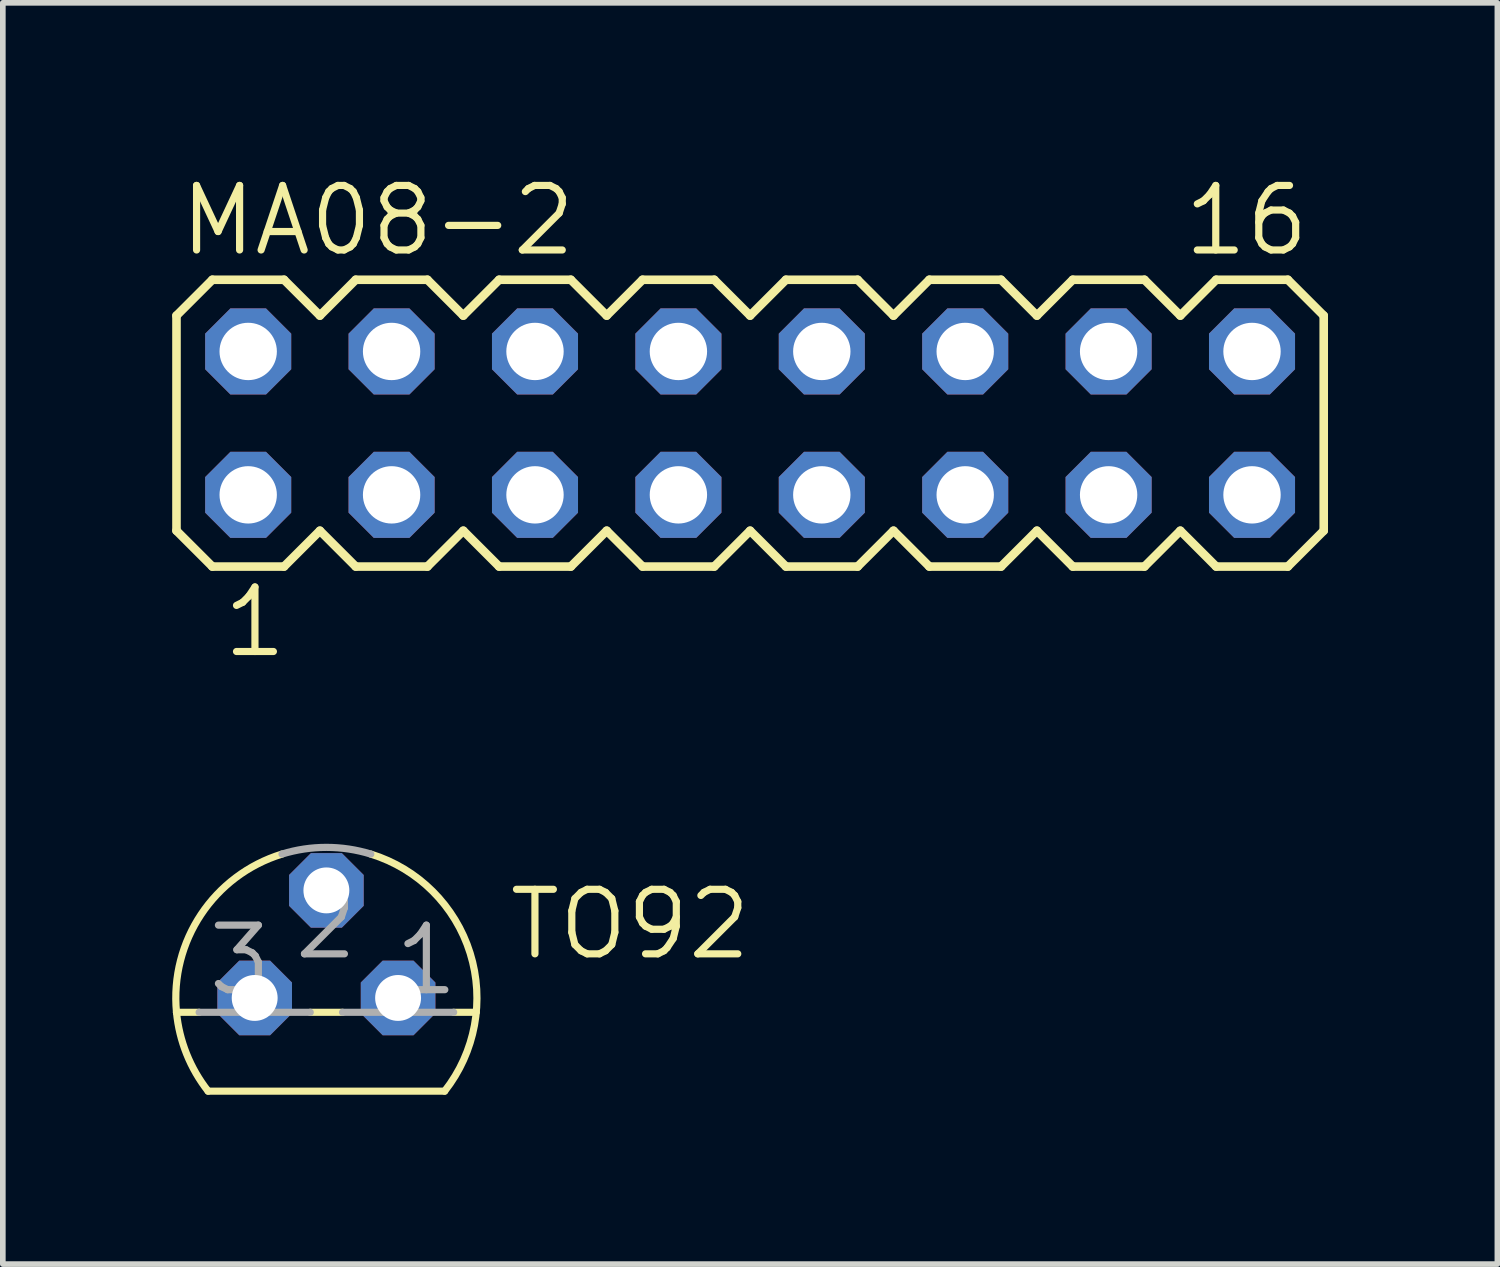
<source format=kicad_pcb>
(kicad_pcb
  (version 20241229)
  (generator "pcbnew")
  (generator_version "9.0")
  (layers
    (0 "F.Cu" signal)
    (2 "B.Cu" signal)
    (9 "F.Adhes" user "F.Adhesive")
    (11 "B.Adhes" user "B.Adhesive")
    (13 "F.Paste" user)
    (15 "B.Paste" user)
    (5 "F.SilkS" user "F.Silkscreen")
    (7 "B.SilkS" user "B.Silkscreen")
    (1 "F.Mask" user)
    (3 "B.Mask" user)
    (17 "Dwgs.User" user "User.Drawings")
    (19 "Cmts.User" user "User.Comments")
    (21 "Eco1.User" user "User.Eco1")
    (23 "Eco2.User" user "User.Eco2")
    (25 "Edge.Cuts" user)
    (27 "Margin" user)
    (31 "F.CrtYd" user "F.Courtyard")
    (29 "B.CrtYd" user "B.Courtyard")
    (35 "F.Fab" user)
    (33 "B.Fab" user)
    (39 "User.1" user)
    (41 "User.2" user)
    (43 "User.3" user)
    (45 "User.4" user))
  (footprint "TO92"
    (layer "F.Cu")
    (at 2.731 14.626)
    (property "Reference" "TO92" (at 3.175 -0.635 0) (layer "F.SilkS") (effects (font (size 1.143 1.143) (thickness 0.127)) (justify left bottom)))
    (fp_line (start -2.655 0.254) (end -2.254 0.254) (stroke (width 0.127) (type solid)) (layer "F.SilkS"))
    (fp_line (start -2.095 1.651) (end 2.095 1.651) (stroke (width 0.127) (type solid)) (layer "F.SilkS"))
    (fp_line (start -0.286 0.254) (end 0.286 0.254) (stroke (width 0.127) (type solid)) (layer "F.SilkS"))
    (fp_line (start 2.254 0.254) (end 2.655 0.254) (stroke (width 0.127) (type solid)) (layer "F.SilkS"))
    (fp_arc (start -2.6549 0.254) (mid -2.219001 -1.479566) (end -0.786299 -2.548501) (stroke (width 0.127) (type solid)) (layer "F.SilkS"))
    (fp_arc (start -2.0946 1.651) (mid -2.475347 0.992847) (end -2.654901 0.254) (stroke (width 0.127) (type solid)) (layer "F.SilkS"))
    (fp_arc (start 0.7863 -2.5484) (mid 2.546275 -0.793203) (end 2.094499 1.651) (stroke (width 0.127) (type solid)) (layer "F.SilkS"))
    (fp_line (start -2.254 0.254) (end -0.286 0.254) (stroke (width 0.127) (type solid)) (layer "F.Fab"))
    (fp_line (start 0.286 0.254) (end 2.254 0.254) (stroke (width 0.127) (type solid)) (layer "F.Fab"))
    (fp_arc (start -0.7863 -2.5485) (mid 0 -2.667043) (end 0.7863 -2.5485) (stroke (width 0.127) (type solid)) (layer "F.Fab"))
    (fp_text user "2" (at -0.635 -0.635 0) (layer "F.Fab") (effects (font (size 1.143 1.143) (thickness 0.127)) (justify left bottom)))
    (fp_text user "3" (at -2.159 0 0) (layer "F.Fab") (effects (font (size 1.143 1.143) (thickness 0.127)) (justify left bottom)))
    (fp_text user "1" (at 1.143 0 0) (layer "F.Fab") (effects (font (size 1.143 1.143) (thickness 0.127)) (justify left bottom)))
    (pad "1" thru_hole roundrect (at 1.27 0) (size 1.321 1.321) (drill 0.813) (layers "*.Cu" "*.Mask") (roundrect_rratio 0.25) (chamfer_ratio 0.293) (chamfer top_left top_right bottom_left bottom_right))
    (pad "2" thru_hole roundrect (at 0 -1.905) (size 1.321 1.321) (drill 0.813) (layers "*.Cu" "*.Mask") (roundrect_rratio 0.25) (chamfer_ratio 0.293) (chamfer top_left top_right bottom_left bottom_right))
    (pad "3" thru_hole roundrect (at -1.27 0) (size 1.321 1.321) (drill 0.813) (layers "*.Cu" "*.Mask") (roundrect_rratio 0.25) (chamfer_ratio 0.293) (chamfer top_left top_right bottom_left bottom_right)))
  (footprint "MA08-2"
    (layer "F.Cu")
    (at 10.236 4.445)
    (property "Reference" "MA08-2" (at -10.16 -2.921 0) (layer "F.SilkS") (effects (font (size 1.143 1.143) (thickness 0.127)) (justify left bottom)))
    (fp_line (start -10.16 -1.905) (end -10.16 1.905) (stroke (width 0.152) (type solid)) (layer "F.SilkS"))
    (fp_line (start -10.16 1.905) (end -9.525 2.54) (stroke (width 0.152) (type solid)) (layer "F.SilkS"))
    (fp_line (start -9.525 -2.54) (end -10.16 -1.905) (stroke (width 0.152) (type solid)) (layer "F.SilkS"))
    (fp_line (start -9.525 -2.54) (end -8.255 -2.54) (stroke (width 0.152) (type solid)) (layer "F.SilkS"))
    (fp_line (start -8.255 -2.54) (end -7.62 -1.905) (stroke (width 0.152) (type solid)) (layer "F.SilkS"))
    (fp_line (start -8.255 2.54) (end -9.525 2.54) (stroke (width 0.152) (type solid)) (layer "F.SilkS"))
    (fp_line (start -7.62 -1.905) (end -6.985 -2.54) (stroke (width 0.152) (type solid)) (layer "F.SilkS"))
    (fp_line (start -7.62 1.905) (end -8.255 2.54) (stroke (width 0.152) (type solid)) (layer "F.SilkS"))
    (fp_line (start -6.985 -2.54) (end -5.715 -2.54) (stroke (width 0.152) (type solid)) (layer "F.SilkS"))
    (fp_line (start -6.985 2.54) (end -7.62 1.905) (stroke (width 0.152) (type solid)) (layer "F.SilkS"))
    (fp_line (start -5.715 -2.54) (end -5.08 -1.905) (stroke (width 0.152) (type solid)) (layer "F.SilkS"))
    (fp_line (start -5.715 2.54) (end -6.985 2.54) (stroke (width 0.152) (type solid)) (layer "F.SilkS"))
    (fp_line (start -5.08 -1.905) (end -4.445 -2.54) (stroke (width 0.152) (type solid)) (layer "F.SilkS"))
    (fp_line (start -5.08 1.905) (end -5.715 2.54) (stroke (width 0.152) (type solid)) (layer "F.SilkS"))
    (fp_line (start -4.445 -2.54) (end -3.175 -2.54) (stroke (width 0.152) (type solid)) (layer "F.SilkS"))
    (fp_line (start -4.445 2.54) (end -5.08 1.905) (stroke (width 0.152) (type solid)) (layer "F.SilkS"))
    (fp_line (start -3.175 -2.54) (end -2.54 -1.905) (stroke (width 0.152) (type solid)) (layer "F.SilkS"))
    (fp_line (start -3.175 2.54) (end -4.445 2.54) (stroke (width 0.152) (type solid)) (layer "F.SilkS"))
    (fp_line (start -2.54 1.905) (end -3.175 2.54) (stroke (width 0.152) (type solid)) (layer "F.SilkS"))
    (fp_line (start -2.54 1.905) (end -1.905 2.54) (stroke (width 0.152) (type solid)) (layer "F.SilkS"))
    (fp_line (start -1.905 -2.54) (end -2.54 -1.905) (stroke (width 0.152) (type solid)) (layer "F.SilkS"))
    (fp_line (start -1.905 -2.54) (end -0.635 -2.54) (stroke (width 0.152) (type solid)) (layer "F.SilkS"))
    (fp_line (start -0.635 -2.54) (end 0 -1.905) (stroke (width 0.152) (type solid)) (layer "F.SilkS"))
    (fp_line (start -0.635 2.54) (end -1.905 2.54) (stroke (width 0.152) (type solid)) (layer "F.SilkS"))
    (fp_line (start 0 -1.905) (end 0.635 -2.54) (stroke (width 0.152) (type solid)) (layer "F.SilkS"))
    (fp_line (start 0 1.905) (end -0.635 2.54) (stroke (width 0.152) (type solid)) (layer "F.SilkS"))
    (fp_line (start 0.635 -2.54) (end 1.905 -2.54) (stroke (width 0.152) (type solid)) (layer "F.SilkS"))
    (fp_line (start 0.635 2.54) (end 0 1.905) (stroke (width 0.152) (type solid)) (layer "F.SilkS"))
    (fp_line (start 1.905 -2.54) (end 2.54 -1.905) (stroke (width 0.152) (type solid)) (layer "F.SilkS"))
    (fp_line (start 1.905 2.54) (end 0.635 2.54) (stroke (width 0.152) (type solid)) (layer "F.SilkS"))
    (fp_line (start 2.54 -1.905) (end 3.175 -2.54) (stroke (width 0.152) (type solid)) (layer "F.SilkS"))
    (fp_line (start 2.54 1.905) (end 1.905 2.54) (stroke (width 0.152) (type solid)) (layer "F.SilkS"))
    (fp_line (start 3.175 -2.54) (end 4.445 -2.54) (stroke (width 0.152) (type solid)) (layer "F.SilkS"))
    (fp_line (start 3.175 2.54) (end 2.54 1.905) (stroke (width 0.152) (type solid)) (layer "F.SilkS"))
    (fp_line (start 4.445 -2.54) (end 5.08 -1.905) (stroke (width 0.152) (type solid)) (layer "F.SilkS"))
    (fp_line (start 4.445 2.54) (end 3.175 2.54) (stroke (width 0.152) (type solid)) (layer "F.SilkS"))
    (fp_line (start 5.08 1.905) (end 4.445 2.54) (stroke (width 0.152) (type solid)) (layer "F.SilkS"))
    (fp_line (start 5.08 1.905) (end 5.715 2.54) (stroke (width 0.152) (type solid)) (layer "F.SilkS"))
    (fp_line (start 5.715 -2.54) (end 5.08 -1.905) (stroke (width 0.152) (type solid)) (layer "F.SilkS"))
    (fp_line (start 5.715 -2.54) (end 6.985 -2.54) (stroke (width 0.152) (type solid)) (layer "F.SilkS"))
    (fp_line (start 6.985 -2.54) (end 7.62 -1.905) (stroke (width 0.152) (type solid)) (layer "F.SilkS"))
    (fp_line (start 6.985 2.54) (end 5.715 2.54) (stroke (width 0.152) (type solid)) (layer "F.SilkS"))
    (fp_line (start 7.62 -1.905) (end 8.255 -2.54) (stroke (width 0.152) (type solid)) (layer "F.SilkS"))
    (fp_line (start 7.62 1.905) (end 6.985 2.54) (stroke (width 0.152) (type solid)) (layer "F.SilkS"))
    (fp_line (start 8.255 -2.54) (end 9.525 -2.54) (stroke (width 0.152) (type solid)) (layer "F.SilkS"))
    (fp_line (start 8.255 2.54) (end 7.62 1.905) (stroke (width 0.152) (type solid)) (layer "F.SilkS"))
    (fp_line (start 9.525 -2.54) (end 10.16 -1.905) (stroke (width 0.152) (type solid)) (layer "F.SilkS"))
    (fp_line (start 9.525 2.54) (end 8.255 2.54) (stroke (width 0.152) (type solid)) (layer "F.SilkS"))
    (fp_line (start 10.16 -1.905) (end 10.16 1.905) (stroke (width 0.152) (type solid)) (layer "F.SilkS"))
    (fp_line (start 10.16 1.905) (end 9.525 2.54) (stroke (width 0.152) (type solid)) (layer "F.SilkS"))
    (fp_poly (pts (xy -9.144 -1.016) (xy -8.636 -1.016) (xy -8.636 -1.524) (xy -9.144 -1.524)) (stroke (width 0.1) (type default)) (fill no) (layer "F.Fab"))
    (fp_poly (pts (xy -9.144 1.524) (xy -8.636 1.524) (xy -8.636 1.016) (xy -9.144 1.016)) (stroke (width 0.1) (type default)) (fill no) (layer "F.Fab"))
    (fp_poly (pts (xy -6.604 -1.016) (xy -6.096 -1.016) (xy -6.096 -1.524) (xy -6.604 -1.524)) (stroke (width 0.1) (type default)) (fill no) (layer "F.Fab"))
    (fp_poly (pts (xy -6.604 1.524) (xy -6.096 1.524) (xy -6.096 1.016) (xy -6.604 1.016)) (stroke (width 0.1) (type default)) (fill no) (layer "F.Fab"))
    (fp_poly (pts (xy -4.064 -1.016) (xy -3.556 -1.016) (xy -3.556 -1.524) (xy -4.064 -1.524)) (stroke (width 0.1) (type default)) (fill no) (layer "F.Fab"))
    (fp_poly (pts (xy -4.064 1.524) (xy -3.556 1.524) (xy -3.556 1.016) (xy -4.064 1.016)) (stroke (width 0.1) (type default)) (fill no) (layer "F.Fab"))
    (fp_poly (pts (xy -1.524 -1.016) (xy -1.016 -1.016) (xy -1.016 -1.524) (xy -1.524 -1.524)) (stroke (width 0.1) (type default)) (fill no) (layer "F.Fab"))
    (fp_poly (pts (xy -1.524 1.524) (xy -1.016 1.524) (xy -1.016 1.016) (xy -1.524 1.016)) (stroke (width 0.1) (type default)) (fill no) (layer "F.Fab"))
    (fp_poly (pts (xy 1.016 -1.016) (xy 1.524 -1.016) (xy 1.524 -1.524) (xy 1.016 -1.524)) (stroke (width 0.1) (type default)) (fill no) (layer "F.Fab"))
    (fp_poly (pts (xy 1.016 1.524) (xy 1.524 1.524) (xy 1.524 1.016) (xy 1.016 1.016)) (stroke (width 0.1) (type default)) (fill no) (layer "F.Fab"))
    (fp_poly (pts (xy 3.556 -1.016) (xy 4.064 -1.016) (xy 4.064 -1.524) (xy 3.556 -1.524)) (stroke (width 0.1) (type default)) (fill no) (layer "F.Fab"))
    (fp_poly (pts (xy 3.556 1.524) (xy 4.064 1.524) (xy 4.064 1.016) (xy 3.556 1.016)) (stroke (width 0.1) (type default)) (fill no) (layer "F.Fab"))
    (fp_poly (pts (xy 6.096 -1.016) (xy 6.604 -1.016) (xy 6.604 -1.524) (xy 6.096 -1.524)) (stroke (width 0.1) (type default)) (fill no) (layer "F.Fab"))
    (fp_poly (pts (xy 6.096 1.524) (xy 6.604 1.524) (xy 6.604 1.016) (xy 6.096 1.016)) (stroke (width 0.1) (type default)) (fill no) (layer "F.Fab"))
    (fp_poly (pts (xy 8.636 -1.016) (xy 9.144 -1.016) (xy 9.144 -1.524) (xy 8.636 -1.524)) (stroke (width 0.1) (type default)) (fill no) (layer "F.Fab"))
    (fp_poly (pts (xy 8.636 1.524) (xy 9.144 1.524) (xy 9.144 1.016) (xy 8.636 1.016)) (stroke (width 0.1) (type default)) (fill no) (layer "F.Fab"))
    (fp_text user "1" (at -9.398 4.191 0) (layer "F.SilkS") (effects (font (size 1.143 1.143) (thickness 0.127)) (justify left bottom)))
    (fp_text user "16" (at 7.62 -2.921 0) (layer "F.SilkS") (effects (font (size 1.143 1.143) (thickness 0.127)) (justify left bottom)))
    (pad "1" thru_hole roundrect (at -8.89 1.27) (size 1.524 1.524) (drill 1.016) (layers "*.Cu" "*.Mask") (roundrect_rratio 0.25) (chamfer_ratio 0.293) (chamfer top_left top_right bottom_left bottom_right))
    (pad "2" thru_hole roundrect (at -8.89 -1.27) (size 1.524 1.524) (drill 1.016) (layers "*.Cu" "*.Mask") (roundrect_rratio 0.25) (chamfer_ratio 0.293) (chamfer top_left top_right bottom_left bottom_right))
    (pad "3" thru_hole roundrect (at -6.35 1.27) (size 1.524 1.524) (drill 1.016) (layers "*.Cu" "*.Mask") (roundrect_rratio 0.25) (chamfer_ratio 0.293) (chamfer top_left top_right bottom_left bottom_right))
    (pad "4" thru_hole roundrect (at -6.35 -1.27) (size 1.524 1.524) (drill 1.016) (layers "*.Cu" "*.Mask") (roundrect_rratio 0.25) (chamfer_ratio 0.293) (chamfer top_left top_right bottom_left bottom_right))
    (pad "5" thru_hole roundrect (at -3.81 1.27) (size 1.524 1.524) (drill 1.016) (layers "*.Cu" "*.Mask") (roundrect_rratio 0.25) (chamfer_ratio 0.293) (chamfer top_left top_right bottom_left bottom_right))
    (pad "6" thru_hole roundrect (at -3.81 -1.27) (size 1.524 1.524) (drill 1.016) (layers "*.Cu" "*.Mask") (roundrect_rratio 0.25) (chamfer_ratio 0.293) (chamfer top_left top_right bottom_left bottom_right))
    (pad "7" thru_hole roundrect (at -1.27 1.27) (size 1.524 1.524) (drill 1.016) (layers "*.Cu" "*.Mask") (roundrect_rratio 0.25) (chamfer_ratio 0.293) (chamfer top_left top_right bottom_left bottom_right))
    (pad "8" thru_hole roundrect (at -1.27 -1.27) (size 1.524 1.524) (drill 1.016) (layers "*.Cu" "*.Mask") (roundrect_rratio 0.25) (chamfer_ratio 0.293) (chamfer top_left top_right bottom_left bottom_right))
    (pad "9" thru_hole roundrect (at 1.27 1.27) (size 1.524 1.524) (drill 1.016) (layers "*.Cu" "*.Mask") (roundrect_rratio 0.25) (chamfer_ratio 0.293) (chamfer top_left top_right bottom_left bottom_right))
    (pad "10" thru_hole roundrect (at 1.27 -1.27) (size 1.524 1.524) (drill 1.016) (layers "*.Cu" "*.Mask") (roundrect_rratio 0.25) (chamfer_ratio 0.293) (chamfer top_left top_right bottom_left bottom_right))
    (pad "11" thru_hole roundrect (at 3.81 1.27) (size 1.524 1.524) (drill 1.016) (layers "*.Cu" "*.Mask") (roundrect_rratio 0.25) (chamfer_ratio 0.293) (chamfer top_left top_right bottom_left bottom_right))
    (pad "12" thru_hole roundrect (at 3.81 -1.27) (size 1.524 1.524) (drill 1.016) (layers "*.Cu" "*.Mask") (roundrect_rratio 0.25) (chamfer_ratio 0.293) (chamfer top_left top_right bottom_left bottom_right))
    (pad "13" thru_hole roundrect (at 6.35 1.27) (size 1.524 1.524) (drill 1.016) (layers "*.Cu" "*.Mask") (roundrect_rratio 0.25) (chamfer_ratio 0.293) (chamfer top_left top_right bottom_left bottom_right))
    (pad "14" thru_hole roundrect (at 6.35 -1.27) (size 1.524 1.524) (drill 1.016) (layers "*.Cu" "*.Mask") (roundrect_rratio 0.25) (chamfer_ratio 0.293) (chamfer top_left top_right bottom_left bottom_right))
    (pad "15" thru_hole roundrect (at 8.89 1.27) (size 1.524 1.524) (drill 1.016) (layers "*.Cu" "*.Mask") (roundrect_rratio 0.25) (chamfer_ratio 0.293) (chamfer top_left top_right bottom_left bottom_right))
    (pad "16" thru_hole roundrect (at 8.89 -1.27) (size 1.524 1.524) (drill 1.016) (layers "*.Cu" "*.Mask") (roundrect_rratio 0.25) (chamfer_ratio 0.293) (chamfer top_left top_right bottom_left bottom_right)))
  (gr_rect
    (start -3 -3)
    (end 23.472 19.34)
    (stroke (width 0.1) (type default))
    (fill no)
    (layer "Edge.Cuts")))
</source>
